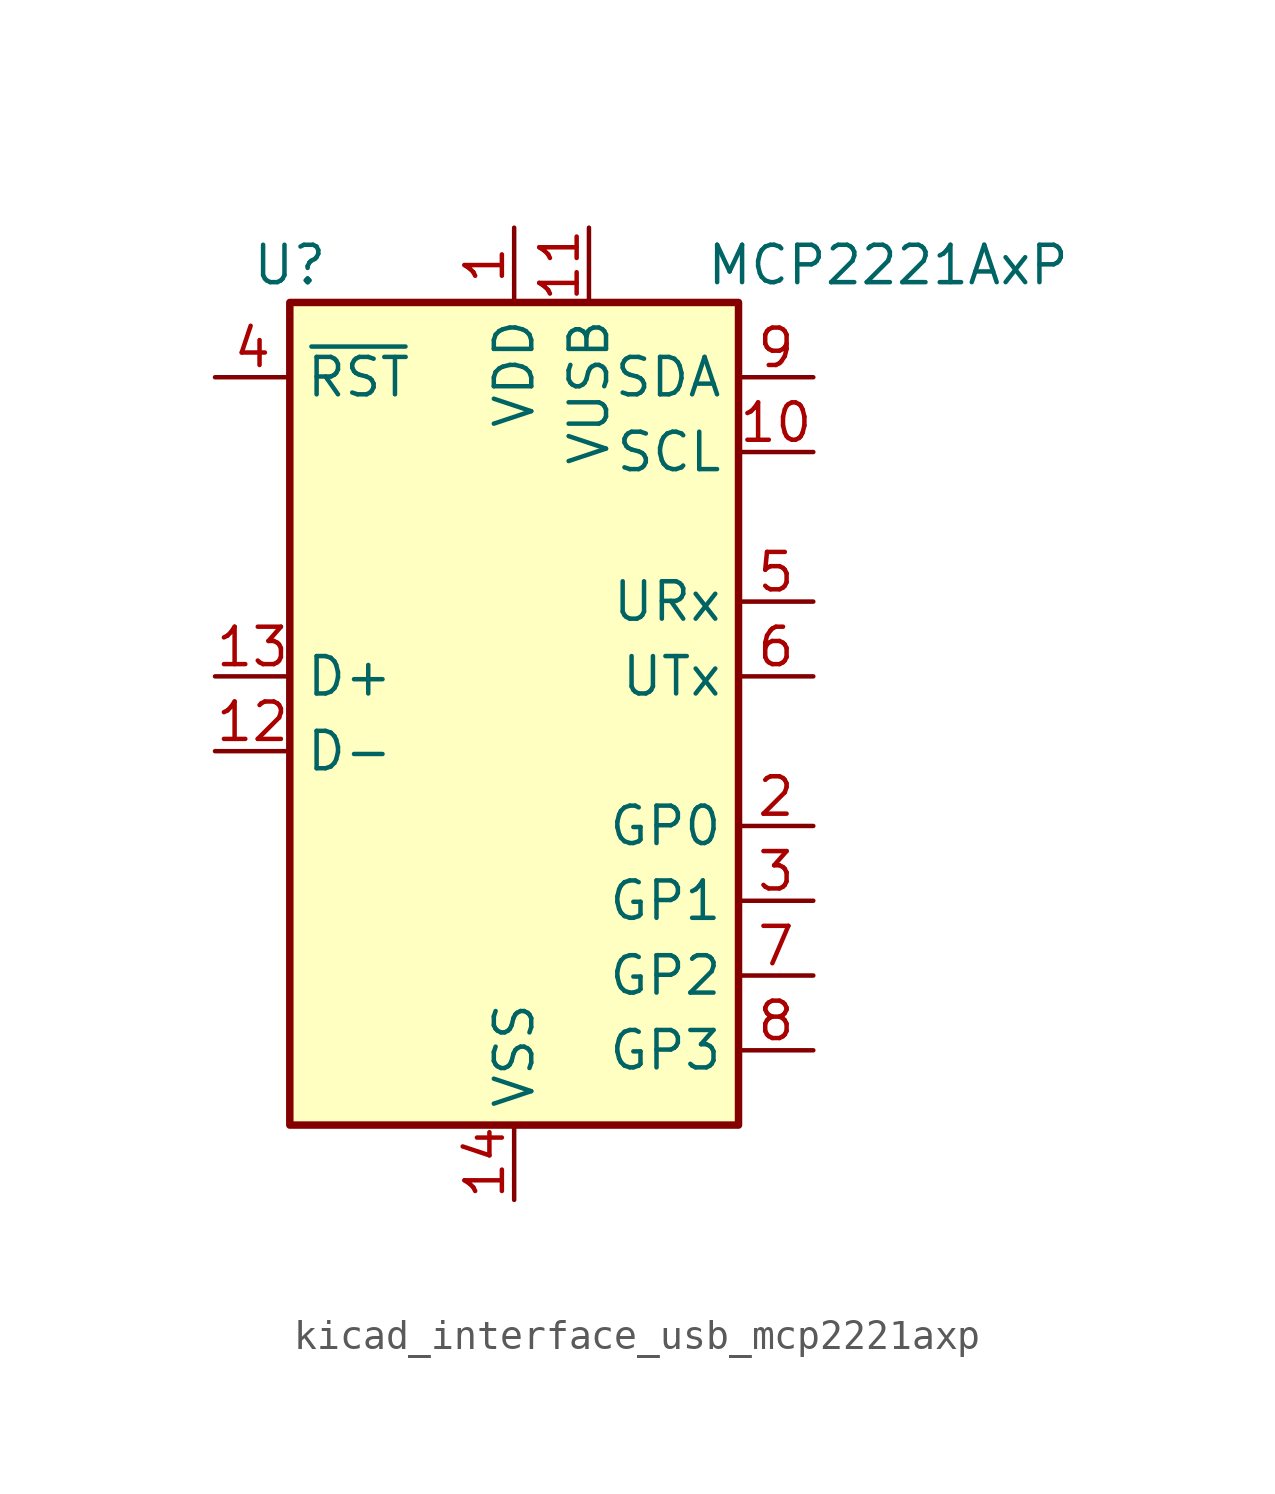
<source format=kicad_sym>
(kicad_symbol_lib
  (version 20220914)
  (generator kicad_symbol_editor)
  (symbol "kicad_interface_usb_mcp2221axp"
    (property "Reference" "U"
      (at -7.62 16.51 0)
      (effects (font (size 1.27 1.27))))
    (property "Value" "MCP2221AxP"
      (at 12.7 16.51 0)
      (effects (font (size 1.27 1.27))))
    (symbol "kicad_interface_usb_mcp2221axp_0_1"
      (rectangle (start -7.62 15.24) (end 7.62 -12.7) (stroke (width 0.254) (type default)) (fill (type background))))
    (symbol "kicad_interface_usb_mcp2221axp_1_1"
      (pin power_in line (at 0 17.78 270) (length 2.54) (name "VDD" (effects (font (size 1.27 1.27)))) (number "1" (effects (font (size 1.27 1.27)))))
      (pin bidirectional line (at 10.16 10.16 180) (length 2.54) (name "SCL" (effects (font (size 1.27 1.27)))) (number "10" (effects (font (size 1.27 1.27)))))
      (pin passive line (at 2.54 17.78 270) (length 2.54) (name "VUSB" (effects (font (size 1.27 1.27)))) (number "11" (effects (font (size 1.27 1.27)))))
      (pin bidirectional line (at -10.16 0 0) (length 2.54) (name "D-" (effects (font (size 1.27 1.27)))) (number "12" (effects (font (size 1.27 1.27)))))
      (pin bidirectional line (at -10.16 2.54 0) (length 2.54) (name "D+" (effects (font (size 1.27 1.27)))) (number "13" (effects (font (size 1.27 1.27)))))
      (pin power_in line (at 0 -15.24 90) (length 2.54) (name "VSS" (effects (font (size 1.27 1.27)))) (number "14" (effects (font (size 1.27 1.27)))))
      (pin bidirectional line (at 10.16 -2.54 180) (length 2.54) (name "GP0" (effects (font (size 1.27 1.27)))) (number "2" (effects (font (size 1.27 1.27)))))
      (pin bidirectional line (at 10.16 -5.08 180) (length 2.54) (name "GP1" (effects (font (size 1.27 1.27)))) (number "3" (effects (font (size 1.27 1.27)))))
      (pin input line (at -10.16 12.7 0) (length 2.54) (name "~{RST}" (effects (font (size 1.27 1.27)))) (number "4" (effects (font (size 1.27 1.27)))))
      (pin input line (at 10.16 5.08 180) (length 2.54) (name "URx" (effects (font (size 1.27 1.27)))) (number "5" (effects (font (size 1.27 1.27)))))
      (pin output line (at 10.16 2.54 180) (length 2.54) (name "UTx" (effects (font (size 1.27 1.27)))) (number "6" (effects (font (size 1.27 1.27)))))
      (pin bidirectional line (at 10.16 -7.62 180) (length 2.54) (name "GP2" (effects (font (size 1.27 1.27)))) (number "7" (effects (font (size 1.27 1.27)))))
      (pin bidirectional line (at 10.16 -10.16 180) (length 2.54) (name "GP3" (effects (font (size 1.27 1.27)))) (number "8" (effects (font (size 1.27 1.27)))))
      (pin bidirectional line (at 10.16 12.7 180) (length 2.54) (name "SDA" (effects (font (size 1.27 1.27)))) (number "9" (effects (font (size 1.27 1.27))))))))
</source>
